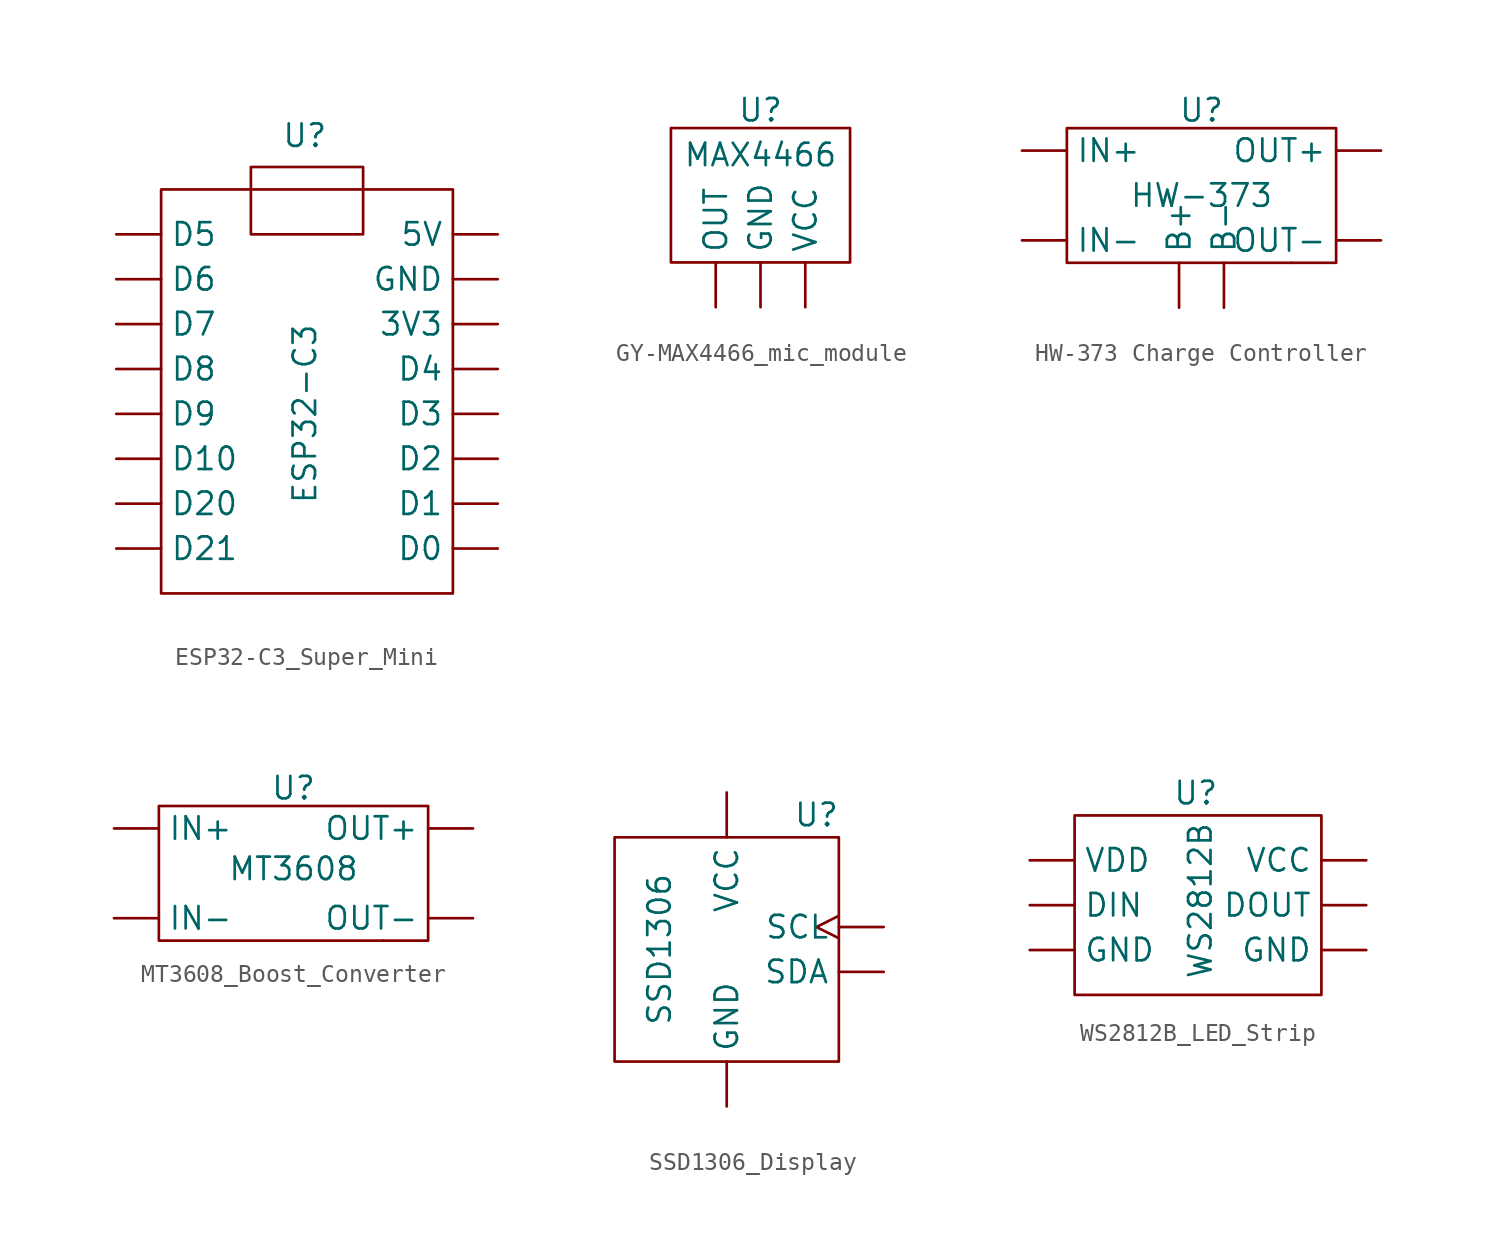
<source format=kicad_sym>
(kicad_symbol_lib
  (version 20241209)
  (generator "kicad_symbol_editor")
  (generator_version "9.0")
  (symbol "ESP32-C3_Super_Mini"
    (property "Reference" "U"
      (at -0.762 4.318 0)
      (effects (font (size 1.27 1.27))))
    (property "Value" "ESP32-C3"
      (at -0.762 -11.43 90)
      (effects (font (size 1.27 1.27))))
    (symbol "ESP32-C3_Super_Mini_0_1"
      (rectangle (start -8.89 1.27) (end 7.62 -21.59) (stroke (width 0) (type default)) (fill (type none)))
      (rectangle (start -3.81 2.54) (end 2.54 -1.27) (stroke (width 0) (type default)) (fill (type color) (color 0 0 0 0))))
    (symbol "ESP32-C3_Super_Mini_1_1"
      (pin bidirectional line (at -11.43 -1.27 0) (length 2.54) (name "D5" (effects (font (size 1.27 1.27)))) (number "" (effects (font (size 1.27 1.27)))))
      (pin bidirectional line (at -11.43 -3.81 0) (length 2.54) (name "D6" (effects (font (size 1.27 1.27)))) (number "" (effects (font (size 1.27 1.27)))))
      (pin bidirectional line (at -11.43 -6.35 0) (length 2.54) (name "D7" (effects (font (size 1.27 1.27)))) (number "" (effects (font (size 1.27 1.27)))))
      (pin bidirectional line (at -11.43 -8.89 0) (length 2.54) (name "D8" (effects (font (size 1.27 1.27)))) (number "" (effects (font (size 1.27 1.27)))))
      (pin bidirectional line (at -11.43 -11.43 0) (length 2.54) (name "D9" (effects (font (size 1.27 1.27)))) (number "" (effects (font (size 1.27 1.27)))))
      (pin bidirectional line (at -11.43 -13.97 0) (length 2.54) (name "D10" (effects (font (size 1.27 1.27)))) (number "" (effects (font (size 1.27 1.27)))))
      (pin bidirectional line (at -11.43 -16.51 0) (length 2.54) (name "D20" (effects (font (size 1.27 1.27)))) (number "" (effects (font (size 1.27 1.27)))))
      (pin bidirectional line (at -11.43 -19.05 0) (length 2.54) (name "D21" (effects (font (size 1.27 1.27)))) (number "" (effects (font (size 1.27 1.27)))))
      (pin power_in line (at 10.16 -1.27 180) (length 2.54) (name "5V" (effects (font (size 1.27 1.27)))) (number "" (effects (font (size 1.27 1.27)))))
      (pin power_in line (at 10.16 -3.81 180) (length 2.54) (name "GND" (effects (font (size 1.27 1.27)))) (number "" (effects (font (size 1.27 1.27)))))
      (pin power_in line (at 10.16 -6.35 180) (length 2.54) (name "3V3" (effects (font (size 1.27 1.27)))) (number "" (effects (font (size 1.27 1.27)))))
      (pin bidirectional line (at 10.16 -8.89 180) (length 2.54) (name "D4" (effects (font (size 1.27 1.27)))) (number "" (effects (font (size 1.27 1.27)))))
      (pin bidirectional line (at 10.16 -11.43 180) (length 2.54) (name "D3" (effects (font (size 1.27 1.27)))) (number "" (effects (font (size 1.27 1.27)))))
      (pin bidirectional line (at 10.16 -13.97 180) (length 2.54) (name "D2" (effects (font (size 1.27 1.27)))) (number "" (effects (font (size 1.27 1.27)))))
      (pin bidirectional line (at 10.16 -16.51 180) (length 2.54) (name "D1" (effects (font (size 1.27 1.27)))) (number "" (effects (font (size 1.27 1.27)))))
      (pin bidirectional line (at 10.16 -19.05 180) (length 2.54) (name "D0" (effects (font (size 1.27 1.27)))) (number "" (effects (font (size 1.27 1.27)))))))
  (symbol "GY-MAX4466_mic_module"
    (property "Reference" "U"
      (at 0 4.826 0)
      (effects (font (size 1.27 1.27))))
    (property "Value" "MAX4466"
      (at 0 2.286 0)
      (effects (font (size 1.27 1.27))))
    (symbol "GY-MAX4466_mic_module_0_1"
      (polyline (pts (xy -5.08 3.81) (xy -5.08 -3.81) (xy 5.08 -3.81) (xy 5.08 3.81) (xy -5.08 3.81)) (stroke (width 0) (type default)) (fill (type none))))
    (symbol "GY-MAX4466_mic_module_1_1"
      (pin output line (at -2.54 -6.35 90) (length 2.54) (name "OUT" (effects (font (size 1.27 1.27)))) (number "" (effects (font (size 1.27 1.27)))))
      (pin power_in line (at 0 -6.35 90) (length 2.54) (name "GND" (effects (font (size 1.27 1.27)))) (number "" (effects (font (size 1.27 1.27)))))
      (pin power_in line (at 2.54 -6.35 90) (length 2.54) (name "VCC" (effects (font (size 1.27 1.27)))) (number "" (effects (font (size 1.27 1.27)))))))
  (symbol "HW-373 Charge Controller"
    (property "Reference" "U"
      (at 0 4.826 0)
      (effects (font (size 1.27 1.27))))
    (property "Value" "HW-373"
      (at 0 0 0)
      (effects (font (size 1.27 1.27))))
    (symbol "HW-373 Charge Controller_0_1"
      (polyline (pts (xy -7.62 3.81) (xy -7.62 -3.81) (xy 7.62 -3.81) (xy 7.62 3.81) (xy -7.62 3.81)) (stroke (width 0) (type default)) (fill (type none)))
      (rectangle (start 5.08 -3.81) (end 5.08 -3.81) (stroke (width 0) (type default)) (fill (type none))))
    (symbol "HW-373 Charge Controller_1_1"
      (pin power_in line (at -10.16 2.54 0) (length 2.54) (name "IN+" (effects (font (size 1.27 1.27)))) (number "" (effects (font (size 1.27 1.27)))))
      (pin power_in line (at -10.16 -2.54 0) (length 2.54) (name "IN-" (effects (font (size 1.27 1.27)))) (number "" (effects (font (size 1.27 1.27)))))
      (pin bidirectional line (at -1.27 -6.35 90) (length 2.54) (name "B+" (effects (font (size 1.27 1.27)))) (number "" (effects (font (size 1.27 1.27)))))
      (pin bidirectional line (at 1.27 -6.35 90) (length 2.54) (name "B-" (effects (font (size 1.27 1.27)))) (number "" (effects (font (size 1.27 1.27)))))
      (pin power_out line (at 10.16 2.54 180) (length 2.54) (name "OUT+" (effects (font (size 1.27 1.27)))) (number "" (effects (font (size 1.27 1.27)))))
      (pin power_out line (at 10.16 -2.54 180) (length 2.54) (name "OUT-" (effects (font (size 1.27 1.27)))) (number "" (effects (font (size 1.27 1.27)))))))
  (symbol "MT3608_Boost_Converter"
    (property "Reference" "U"
      (at 0 4.826 0)
      (effects (font (size 1.27 1.27))))
    (property "Value" "MT3608"
      (at 0 0.254 0)
      (effects (font (size 1.27 1.27))))
    (symbol "MT3608_Boost_Converter_0_1"
      (polyline (pts (xy -7.62 3.81) (xy -7.62 -3.81) (xy 7.62 -3.81) (xy 7.62 3.81) (xy -7.62 3.81)) (stroke (width 0) (type default)) (fill (type none)))
      (rectangle (start 5.08 -3.81) (end 5.08 -3.81) (stroke (width 0) (type default)) (fill (type none))))
    (symbol "MT3608_Boost_Converter_1_1"
      (pin power_in line (at -10.16 2.54 0) (length 2.54) (name "IN+" (effects (font (size 1.27 1.27)))) (number "" (effects (font (size 1.27 1.27)))))
      (pin power_in line (at -10.16 -2.54 0) (length 2.54) (name "IN-" (effects (font (size 1.27 1.27)))) (number "" (effects (font (size 1.27 1.27)))))
      (pin power_out line (at 10.16 2.54 180) (length 2.54) (name "OUT+" (effects (font (size 1.27 1.27)))) (number "" (effects (font (size 1.27 1.27)))))
      (pin power_out line (at 10.16 -2.54 180) (length 2.54) (name "OUT-" (effects (font (size 1.27 1.27)))) (number "" (effects (font (size 1.27 1.27)))))))
  (symbol "SSD1306_Display"
    (property "Reference" "U"
      (at 5.08 0 0)
      (effects (font (size 1.27 1.27))))
    (property "Value" "SSD1306"
      (at -3.81 -7.62 90)
      (effects (font (size 1.27 1.27))))
    (symbol "SSD1306_Display_0_1"
      (rectangle (start -6.35 -1.27) (end 6.35 -13.97) (stroke (width 0) (type default)) (fill (type none))))
    (symbol "SSD1306_Display_1_1"
      (pin power_in line (at 0 1.27 270) (length 2.54) (name "VCC" (effects (font (size 1.27 1.27)))) (number "" (effects (font (size 1.27 1.27)))))
      (pin power_in line (at 0 -16.51 90) (length 2.54) (name "GND" (effects (font (size 1.27 1.27)))) (number "" (effects (font (size 1.27 1.27)))))
      (pin input clock (at 8.89 -6.35 180) (length 2.54) (name "SCL" (effects (font (size 1.27 1.27)))) (number "" (effects (font (size 1.27 1.27)))))
      (pin input line (at 8.89 -8.89 180) (length 2.54) (name "SDA" (effects (font (size 1.27 1.27)))) (number "" (effects (font (size 1.27 1.27)))))))
  (symbol "WS2812B_LED_Strip"
    (property "Reference" "U"
      (at 0.508 1.27 0)
      (effects (font (size 1.27 1.27))))
    (property "Value" "WS2812B"
      (at 0.762 -4.826 90)
      (effects (font (size 1.27 1.27))))
    (symbol "WS2812B_LED_Strip_0_1"
      (rectangle (start -6.35 0) (end 7.62 -10.16) (stroke (width 0) (type default)) (fill (type none))))
    (symbol "WS2812B_LED_Strip_1_1"
      (pin power_in line (at -8.89 -2.54 0) (length 2.54) (name "VDD" (effects (font (size 1.27 1.27)))) (number "" (effects (font (size 1.27 1.27)))))
      (pin input line (at -8.89 -5.08 0) (length 2.54) (name "DIN" (effects (font (size 1.27 1.27)))) (number "" (effects (font (size 1.27 1.27)))))
      (pin power_in line (at -8.89 -7.62 0) (length 2.54) (name "GND" (effects (font (size 1.27 1.27)))) (number "" (effects (font (size 1.27 1.27)))))
      (pin power_out line (at 10.16 -2.54 180) (length 2.54) (name "VCC" (effects (font (size 1.27 1.27)))) (number "" (effects (font (size 1.27 1.27)))))
      (pin output line (at 10.16 -5.08 180) (length 2.54) (name "DOUT" (effects (font (size 1.27 1.27)))) (number "" (effects (font (size 1.27 1.27)))))
      (pin power_out line (at 10.16 -7.62 180) (length 2.54) (name "GND" (effects (font (size 1.27 1.27)))) (number "" (effects (font (size 1.27 1.27))))))))
</source>
